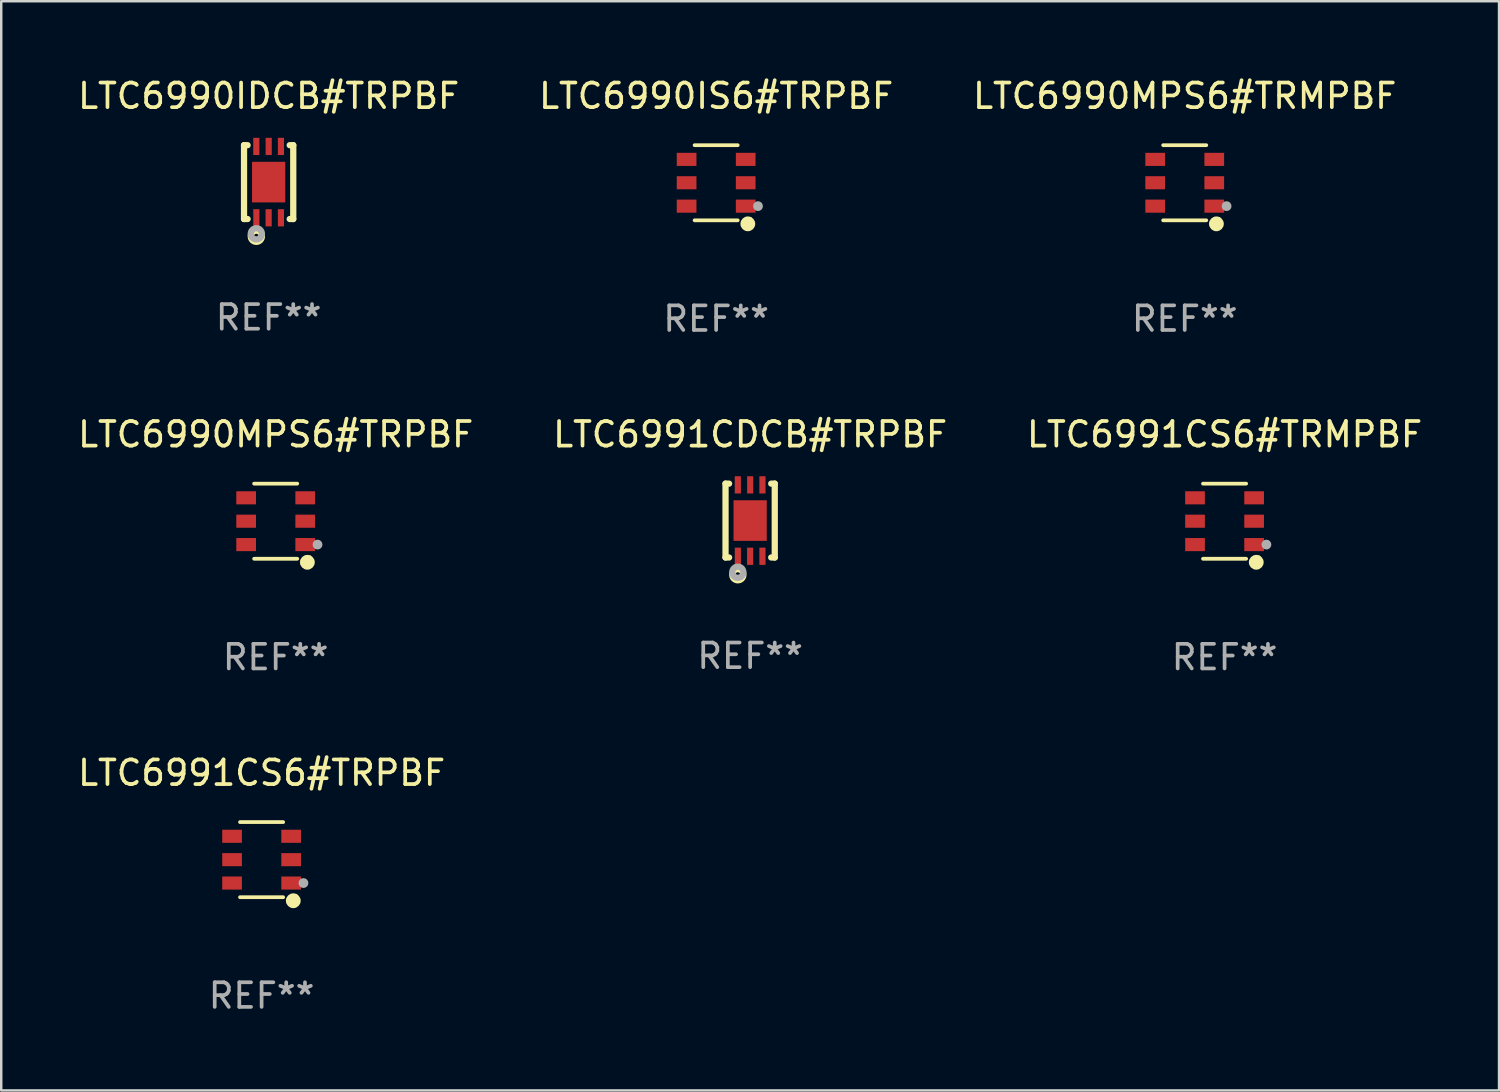
<source format=kicad_pcb>
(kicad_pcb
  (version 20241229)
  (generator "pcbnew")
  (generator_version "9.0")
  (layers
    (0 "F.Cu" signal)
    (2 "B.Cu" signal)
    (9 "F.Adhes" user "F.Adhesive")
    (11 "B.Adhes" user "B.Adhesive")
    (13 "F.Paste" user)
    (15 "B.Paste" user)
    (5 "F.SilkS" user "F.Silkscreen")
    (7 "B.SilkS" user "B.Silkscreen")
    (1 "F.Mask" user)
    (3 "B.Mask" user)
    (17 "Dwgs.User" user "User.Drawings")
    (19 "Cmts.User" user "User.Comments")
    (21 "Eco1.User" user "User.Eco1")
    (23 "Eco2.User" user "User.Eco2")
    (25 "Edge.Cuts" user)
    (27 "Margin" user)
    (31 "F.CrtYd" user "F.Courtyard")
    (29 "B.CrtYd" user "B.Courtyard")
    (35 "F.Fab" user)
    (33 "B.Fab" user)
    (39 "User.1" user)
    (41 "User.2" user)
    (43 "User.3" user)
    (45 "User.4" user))
  (footprint "LTC6990IS6#TRPBF"
    (layer "F.Cu")
    (at 26.042 4.374)
    (property "Reference" "LTC6990IS6#TRPBF" (at 0 -3.526 0) (layer "F.SilkS") (effects (font (size 1 1) (thickness 0.15))))
    (attr through_hole)
    (fp_line (start 0.876 -1.526) (end -0.876 -1.526) (stroke (width 0.152) (type solid)) (layer "F.SilkS"))
    (fp_line (start 0.876 1.526) (end -0.876 1.526) (stroke (width 0.152) (type solid)) (layer "F.SilkS"))
    (fp_circle (center 1.287 1.669) (end 1.438 1.669) (stroke (width 0.3) (type solid)) (fill no) (layer "F.SilkS"))
    (fp_circle (center 1.4 1.45) (end 1.43 1.45) (stroke (width 0.06) (type solid)) (fill no) (layer "F.SilkS"))
    (fp_circle (center 1.7 0.95) (end 1.8 0.95) (stroke (width 0.2) (type solid)) (fill no) (layer "F.Fab"))
    (fp_text user "REF**" (at 0 5.526 0) (layer "F.Fab") (effects (font (size 1 1) (thickness 0.15))))
    (pad "1" smd rect (at 1.2 0.95) (size 0.8 0.532) (layers "F.Cu" "F.Mask" "F.Paste"))
    (pad "2" smd rect (at 1.2 0) (size 0.8 0.532) (layers "F.Cu" "F.Mask" "F.Paste"))
    (pad "3" smd rect (at 1.2 -0.95) (size 0.8 0.532) (layers "F.Cu" "F.Mask" "F.Paste"))
    (pad "4" smd rect (at -1.2 -0.95) (size 0.8 0.532) (layers "F.Cu" "F.Mask" "F.Paste"))
    (pad "5" smd rect (at -1.2 0) (size 0.8 0.532) (layers "F.Cu" "F.Mask" "F.Paste"))
    (pad "6" smd rect (at -1.2 0.95) (size 0.8 0.532) (layers "F.Cu" "F.Mask" "F.Paste")))
  (footprint "LTC6990MPS6#TRPBF"
    (layer "F.Cu")
    (at 8.149 18.123)
    (property "Reference" "LTC6990MPS6#TRPBF" (at 0 -3.526 0) (layer "F.SilkS") (effects (font (size 1 1) (thickness 0.15))))
    (attr through_hole)
    (fp_line (start 0.876 -1.526) (end -0.876 -1.526) (stroke (width 0.152) (type solid)) (layer "F.SilkS"))
    (fp_line (start 0.876 1.526) (end -0.876 1.526) (stroke (width 0.152) (type solid)) (layer "F.SilkS"))
    (fp_circle (center 1.287 1.669) (end 1.438 1.669) (stroke (width 0.3) (type solid)) (fill no) (layer "F.SilkS"))
    (fp_circle (center 1.4 1.45) (end 1.43 1.45) (stroke (width 0.06) (type solid)) (fill no) (layer "F.SilkS"))
    (fp_circle (center 1.7 0.95) (end 1.8 0.95) (stroke (width 0.2) (type solid)) (fill no) (layer "F.Fab"))
    (fp_text user "REF**" (at 0 5.526 0) (layer "F.Fab") (effects (font (size 1 1) (thickness 0.15))))
    (pad "1" smd rect (at 1.2 0.95) (size 0.8 0.532) (layers "F.Cu" "F.Mask" "F.Paste"))
    (pad "2" smd rect (at 1.2 0) (size 0.8 0.532) (layers "F.Cu" "F.Mask" "F.Paste"))
    (pad "3" smd rect (at 1.2 -0.95) (size 0.8 0.532) (layers "F.Cu" "F.Mask" "F.Paste"))
    (pad "4" smd rect (at -1.2 -0.95) (size 0.8 0.532) (layers "F.Cu" "F.Mask" "F.Paste"))
    (pad "5" smd rect (at -1.2 0) (size 0.8 0.532) (layers "F.Cu" "F.Mask" "F.Paste"))
    (pad "6" smd rect (at -1.2 0.95) (size 0.8 0.532) (layers "F.Cu" "F.Mask" "F.Paste")))
  (footprint "LTC6990MPS6#TRMPBF"
    (layer "F.Cu")
    (at 45.077 4.374)
    (property "Reference" "LTC6990MPS6#TRMPBF" (at 0 -3.526 0) (layer "F.SilkS") (effects (font (size 1 1) (thickness 0.15))))
    (attr through_hole)
    (fp_line (start 0.876 -1.526) (end -0.876 -1.526) (stroke (width 0.152) (type solid)) (layer "F.SilkS"))
    (fp_line (start 0.876 1.526) (end -0.876 1.526) (stroke (width 0.152) (type solid)) (layer "F.SilkS"))
    (fp_circle (center 1.287 1.669) (end 1.438 1.669) (stroke (width 0.3) (type solid)) (fill no) (layer "F.SilkS"))
    (fp_circle (center 1.4 1.45) (end 1.43 1.45) (stroke (width 0.06) (type solid)) (fill no) (layer "F.SilkS"))
    (fp_circle (center 1.7 0.95) (end 1.8 0.95) (stroke (width 0.2) (type solid)) (fill no) (layer "F.Fab"))
    (fp_text user "REF**" (at 0 5.526 0) (layer "F.Fab") (effects (font (size 1 1) (thickness 0.15))))
    (pad "1" smd rect (at 1.2 0.95) (size 0.8 0.532) (layers "F.Cu" "F.Mask" "F.Paste"))
    (pad "2" smd rect (at 1.2 0) (size 0.8 0.532) (layers "F.Cu" "F.Mask" "F.Paste"))
    (pad "3" smd rect (at 1.2 -0.95) (size 0.8 0.532) (layers "F.Cu" "F.Mask" "F.Paste"))
    (pad "4" smd rect (at -1.2 -0.95) (size 0.8 0.532) (layers "F.Cu" "F.Mask" "F.Paste"))
    (pad "5" smd rect (at -1.2 0) (size 0.8 0.532) (layers "F.Cu" "F.Mask" "F.Paste"))
    (pad "6" smd rect (at -1.2 0.95) (size 0.8 0.532) (layers "F.Cu" "F.Mask" "F.Paste")))
  (footprint "LTC6991CDCB#TRPBF"
    (layer "F.Cu")
    (at 27.423 18.097)
    (property "Reference" "LTC6991CDCB#TRPBF" (at 0 -3.5 0) (layer "F.SilkS") (effects (font (size 1 1) (thickness 0.15))))
    (attr through_hole)
    (fp_line (start -1 1.5) (end -1 -1.5) (stroke (width 0.254) (type solid)) (layer "F.SilkS"))
    (fp_line (start -0.856 -1.5) (end -1 -1.5) (stroke (width 0.254) (type solid)) (layer "F.SilkS"))
    (fp_line (start -0.855 1.5) (end -1 1.5) (stroke (width 0.254) (type solid)) (layer "F.SilkS"))
    (fp_line (start 1 -1.5) (end 0.856 -1.5) (stroke (width 0.254) (type solid)) (layer "F.SilkS"))
    (fp_line (start 1 1.5) (end 0.856 1.5) (stroke (width 0.254) (type solid)) (layer "F.SilkS"))
    (fp_line (start 1 1.5) (end 1 -1.5) (stroke (width 0.254) (type solid)) (layer "F.SilkS"))
    (fp_circle (center -1 1.5) (end -0.97 1.5) (stroke (width 0.06) (type solid)) (fill no) (layer "F.SilkS"))
    (fp_circle (center -0.5 2.2) (end -0.4 2.2) (stroke (width 0.254) (type solid)) (fill no) (layer "F.SilkS"))
    (fp_circle (center -0.5 2.1) (end -0.4 2.1) (stroke (width 0.254) (type solid)) (fill no) (layer "F.Fab"))
    (fp_text user "REF**" (at 0 5.5 0) (layer "F.Fab") (effects (font (size 1 1) (thickness 0.15))))
    (pad "1" smd rect (at -0.499 1.45 180) (size 0.25 0.7) (layers "F.Cu" "F.Mask" "F.Paste"))
    (pad "2" smd rect (at 0.000025 1.45 180) (size 0.25 0.7) (layers "F.Cu" "F.Mask" "F.Paste"))
    (pad "3" smd rect (at 0.5 1.45 180) (size 0.25 0.7) (layers "F.Cu" "F.Mask" "F.Paste"))
    (pad "4" smd rect (at 0.5 -1.45 180) (size 0.25 0.7) (layers "F.Cu" "F.Mask" "F.Paste"))
    (pad "5" smd rect (at 0.002 -1.45 180) (size 0.25 0.7) (layers "F.Cu" "F.Mask" "F.Paste"))
    (pad "6" smd rect (at -0.5 -1.45 180) (size 0.25 0.7) (layers "F.Cu" "F.Mask" "F.Paste"))
    (pad "7" smd rect (at 0.000025 0.000038 180) (size 1.35 1.65) (layers "F.Cu" "F.Mask" "F.Paste")))
  (footprint "LTC6991CS6#TRMPBF"
    (layer "F.Cu")
    (at 46.696 18.123)
    (property "Reference" "LTC6991CS6#TRMPBF" (at 0 -3.526 0) (layer "F.SilkS") (effects (font (size 1 1) (thickness 0.15))))
    (attr through_hole)
    (fp_line (start 0.876 -1.526) (end -0.876 -1.526) (stroke (width 0.152) (type solid)) (layer "F.SilkS"))
    (fp_line (start 0.876 1.526) (end -0.876 1.526) (stroke (width 0.152) (type solid)) (layer "F.SilkS"))
    (fp_circle (center 1.287 1.669) (end 1.438 1.669) (stroke (width 0.3) (type solid)) (fill no) (layer "F.SilkS"))
    (fp_circle (center 1.4 1.45) (end 1.43 1.45) (stroke (width 0.06) (type solid)) (fill no) (layer "F.SilkS"))
    (fp_circle (center 1.7 0.95) (end 1.8 0.95) (stroke (width 0.2) (type solid)) (fill no) (layer "F.Fab"))
    (fp_text user "REF**" (at 0 5.526 0) (layer "F.Fab") (effects (font (size 1 1) (thickness 0.15))))
    (pad "1" smd rect (at 1.2 0.95) (size 0.8 0.532) (layers "F.Cu" "F.Mask" "F.Paste"))
    (pad "2" smd rect (at 1.2 0) (size 0.8 0.532) (layers "F.Cu" "F.Mask" "F.Paste"))
    (pad "3" smd rect (at 1.2 -0.95) (size 0.8 0.532) (layers "F.Cu" "F.Mask" "F.Paste"))
    (pad "4" smd rect (at -1.2 -0.95) (size 0.8 0.532) (layers "F.Cu" "F.Mask" "F.Paste"))
    (pad "5" smd rect (at -1.2 0) (size 0.8 0.532) (layers "F.Cu" "F.Mask" "F.Paste"))
    (pad "6" smd rect (at -1.2 0.95) (size 0.8 0.532) (layers "F.Cu" "F.Mask" "F.Paste")))
  (footprint "LTC6990IDCB#TRPBF"
    (layer "F.Cu")
    (at 7.863 4.348)
    (property "Reference" "LTC6990IDCB#TRPBF" (at 0 -3.5 0) (layer "F.SilkS") (effects (font (size 1 1) (thickness 0.15))))
    (attr through_hole)
    (fp_line (start -1 1.5) (end -1 -1.5) (stroke (width 0.254) (type solid)) (layer "F.SilkS"))
    (fp_line (start -0.856 -1.5) (end -1 -1.5) (stroke (width 0.254) (type solid)) (layer "F.SilkS"))
    (fp_line (start -0.855 1.5) (end -1 1.5) (stroke (width 0.254) (type solid)) (layer "F.SilkS"))
    (fp_line (start 1 -1.5) (end 0.856 -1.5) (stroke (width 0.254) (type solid)) (layer "F.SilkS"))
    (fp_line (start 1 1.5) (end 0.856 1.5) (stroke (width 0.254) (type solid)) (layer "F.SilkS"))
    (fp_line (start 1 1.5) (end 1 -1.5) (stroke (width 0.254) (type solid)) (layer "F.SilkS"))
    (fp_circle (center -1 1.5) (end -0.97 1.5) (stroke (width 0.06) (type solid)) (fill no) (layer "F.SilkS"))
    (fp_circle (center -0.5 2.2) (end -0.4 2.2) (stroke (width 0.254) (type solid)) (fill no) (layer "F.SilkS"))
    (fp_circle (center -0.5 2.1) (end -0.4 2.1) (stroke (width 0.254) (type solid)) (fill no) (layer "F.Fab"))
    (fp_text user "REF**" (at 0 5.5 0) (layer "F.Fab") (effects (font (size 1 1) (thickness 0.15))))
    (pad "1" smd rect (at -0.499 1.45 180) (size 0.25 0.7) (layers "F.Cu" "F.Mask" "F.Paste"))
    (pad "2" smd rect (at 0.000025 1.45 180) (size 0.25 0.7) (layers "F.Cu" "F.Mask" "F.Paste"))
    (pad "3" smd rect (at 0.5 1.45 180) (size 0.25 0.7) (layers "F.Cu" "F.Mask" "F.Paste"))
    (pad "4" smd rect (at 0.5 -1.45 180) (size 0.25 0.7) (layers "F.Cu" "F.Mask" "F.Paste"))
    (pad "5" smd rect (at 0.002 -1.45 180) (size 0.25 0.7) (layers "F.Cu" "F.Mask" "F.Paste"))
    (pad "6" smd rect (at -0.5 -1.45 180) (size 0.25 0.7) (layers "F.Cu" "F.Mask" "F.Paste"))
    (pad "7" smd rect (at 0.000025 0.000038 180) (size 1.35 1.65) (layers "F.Cu" "F.Mask" "F.Paste")))
  (footprint "LTC6991CS6#TRPBF"
    (layer "F.Cu")
    (at 7.577 31.872)
    (property "Reference" "LTC6991CS6#TRPBF" (at 0 -3.526 0) (layer "F.SilkS") (effects (font (size 1 1) (thickness 0.15))))
    (attr through_hole)
    (fp_line (start 0.876 -1.526) (end -0.876 -1.526) (stroke (width 0.152) (type solid)) (layer "F.SilkS"))
    (fp_line (start 0.876 1.526) (end -0.876 1.526) (stroke (width 0.152) (type solid)) (layer "F.SilkS"))
    (fp_circle (center 1.287 1.669) (end 1.438 1.669) (stroke (width 0.3) (type solid)) (fill no) (layer "F.SilkS"))
    (fp_circle (center 1.4 1.45) (end 1.43 1.45) (stroke (width 0.06) (type solid)) (fill no) (layer "F.SilkS"))
    (fp_circle (center 1.7 0.95) (end 1.8 0.95) (stroke (width 0.2) (type solid)) (fill no) (layer "F.Fab"))
    (fp_text user "REF**" (at 0 5.526 0) (layer "F.Fab") (effects (font (size 1 1) (thickness 0.15))))
    (pad "1" smd rect (at 1.2 0.95) (size 0.8 0.532) (layers "F.Cu" "F.Mask" "F.Paste"))
    (pad "2" smd rect (at 1.2 0) (size 0.8 0.532) (layers "F.Cu" "F.Mask" "F.Paste"))
    (pad "3" smd rect (at 1.2 -0.95) (size 0.8 0.532) (layers "F.Cu" "F.Mask" "F.Paste"))
    (pad "4" smd rect (at -1.2 -0.95) (size 0.8 0.532) (layers "F.Cu" "F.Mask" "F.Paste"))
    (pad "5" smd rect (at -1.2 0) (size 0.8 0.532) (layers "F.Cu" "F.Mask" "F.Paste"))
    (pad "6" smd rect (at -1.2 0.95) (size 0.8 0.532) (layers "F.Cu" "F.Mask" "F.Paste")))
  (gr_rect
    (start -3 -3)
    (end 57.845 41.247)
    (stroke (width 0.1) (type default))
    (fill no)
    (layer "Edge.Cuts")))
</source>
